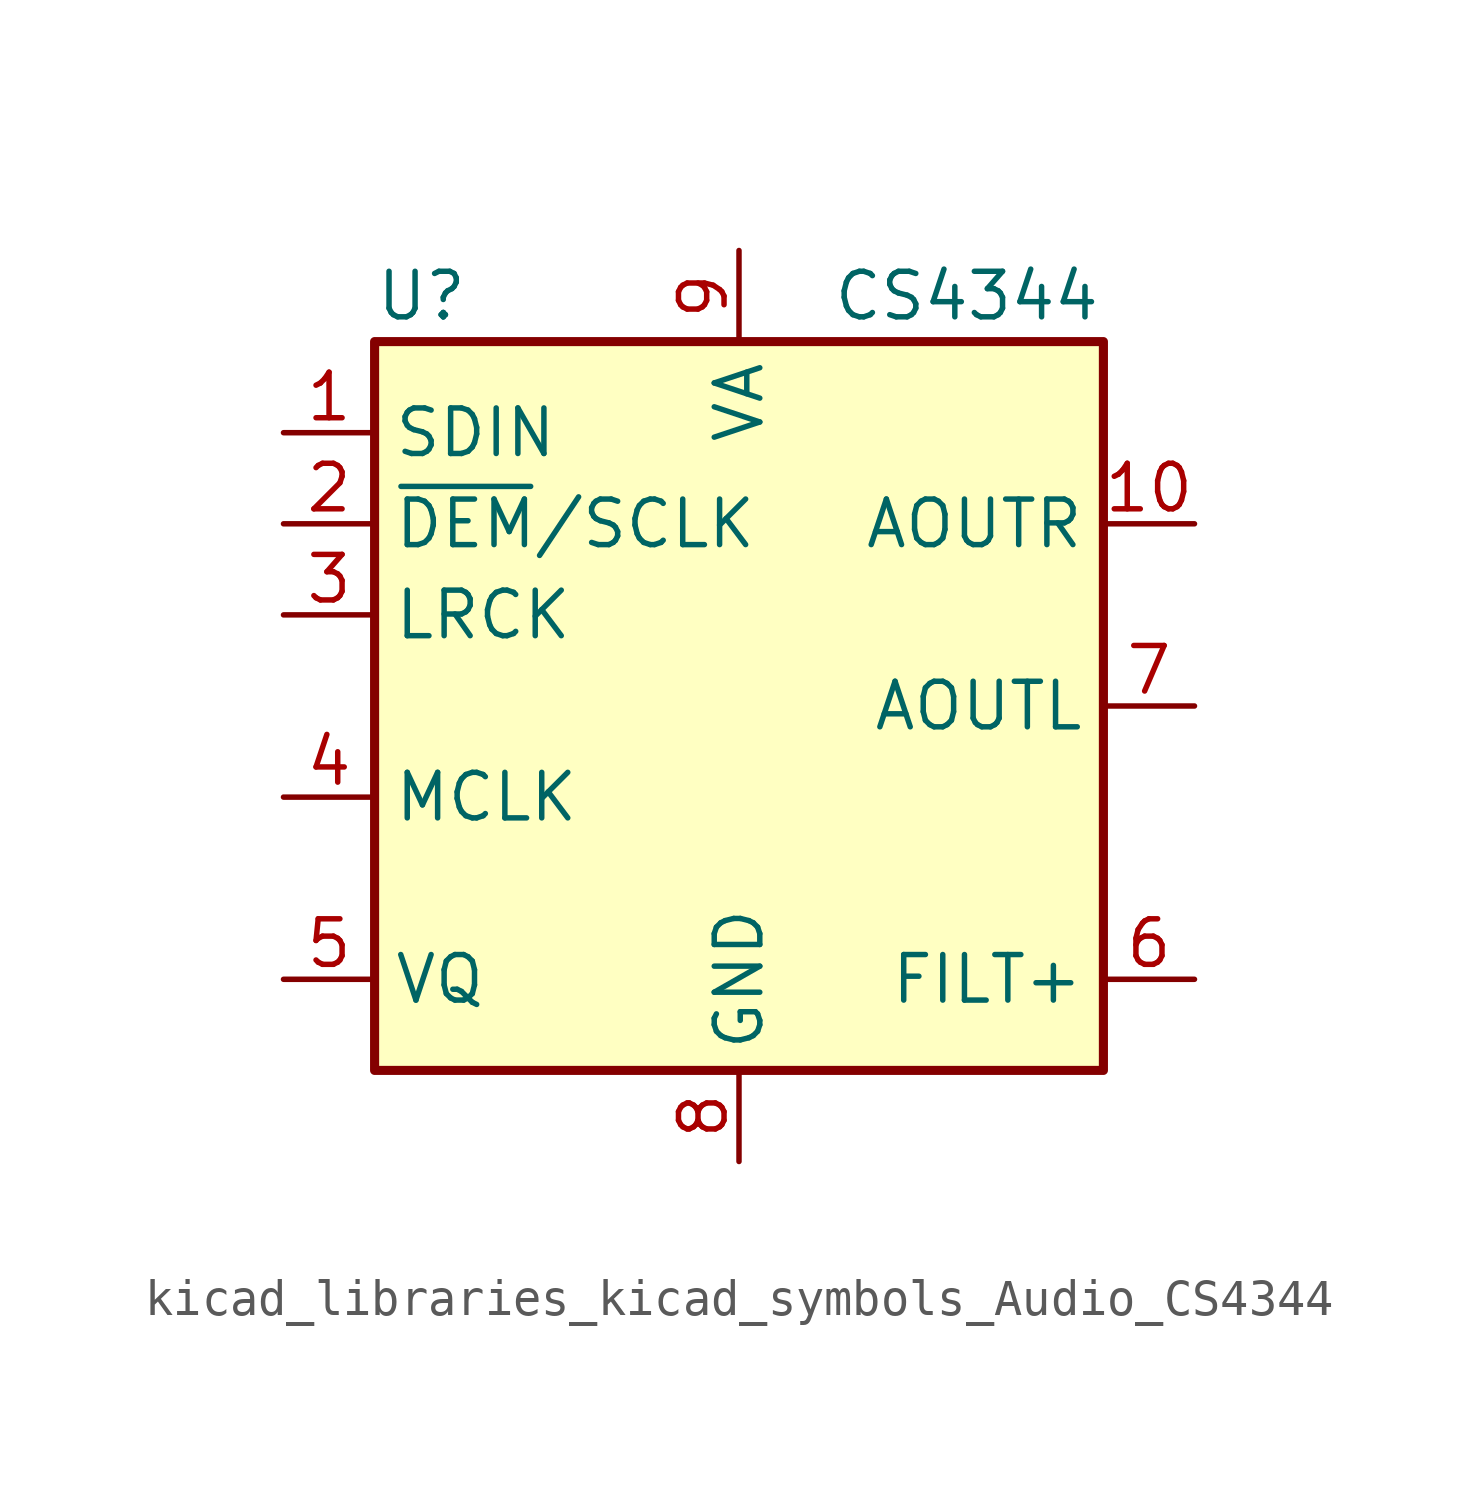
<source format=kicad_sym>
(kicad_symbol_lib
  (version 20220914)
  (generator kicad_symbol_editor)
  (symbol "kicad_libraries_kicad_symbols_Audio_CS4344"
    (property "Reference" "U"
      (at -10.16 11.43 0)
      (effects (font (size 1.27 1.27)) (justify left)))
    (property "Value" "CS4344"
      (at 6.35 11.43 0)
      (effects (font (size 1.27 1.27))))
    (symbol "kicad_libraries_kicad_symbols_Audio_CS4344_0_1"
      (rectangle (start -10.16 10.16) (end 10.16 -10.16) (stroke (width 0.254) (type default)) (fill (type background))))
    (symbol "kicad_libraries_kicad_symbols_Audio_CS4344_1_1"
      (pin input line (at -12.7 7.62 0) (length 2.54) (name "SDIN" (effects (font (size 1.27 1.27)))) (number "1" (effects (font (size 1.27 1.27)))))
      (pin output line (at 12.7 5.08 180) (length 2.54) (name "AOUTR" (effects (font (size 1.27 1.27)))) (number "10" (effects (font (size 1.27 1.27)))))
      (pin input line (at -12.7 5.08 0) (length 2.54) (name "~{DEM}/SCLK" (effects (font (size 1.27 1.27)))) (number "2" (effects (font (size 1.27 1.27)))))
      (pin input line (at -12.7 2.54 0) (length 2.54) (name "LRCK" (effects (font (size 1.27 1.27)))) (number "3" (effects (font (size 1.27 1.27)))))
      (pin input line (at -12.7 -2.54 0) (length 2.54) (name "MCLK" (effects (font (size 1.27 1.27)))) (number "4" (effects (font (size 1.27 1.27)))))
      (pin output line (at -12.7 -7.62 0) (length 2.54) (name "VQ" (effects (font (size 1.27 1.27)))) (number "5" (effects (font (size 1.27 1.27)))))
      (pin output line (at 12.7 -7.62 180) (length 2.54) (name "FILT+" (effects (font (size 1.27 1.27)))) (number "6" (effects (font (size 1.27 1.27)))))
      (pin output line (at 12.7 0 180) (length 2.54) (name "AOUTL" (effects (font (size 1.27 1.27)))) (number "7" (effects (font (size 1.27 1.27)))))
      (pin power_in line (at 0 -12.7 90) (length 2.54) (name "GND" (effects (font (size 1.27 1.27)))) (number "8" (effects (font (size 1.27 1.27)))))
      (pin power_in line (at 0 12.7 270) (length 2.54) (name "VA" (effects (font (size 1.27 1.27)))) (number "9" (effects (font (size 1.27 1.27))))))))
</source>
